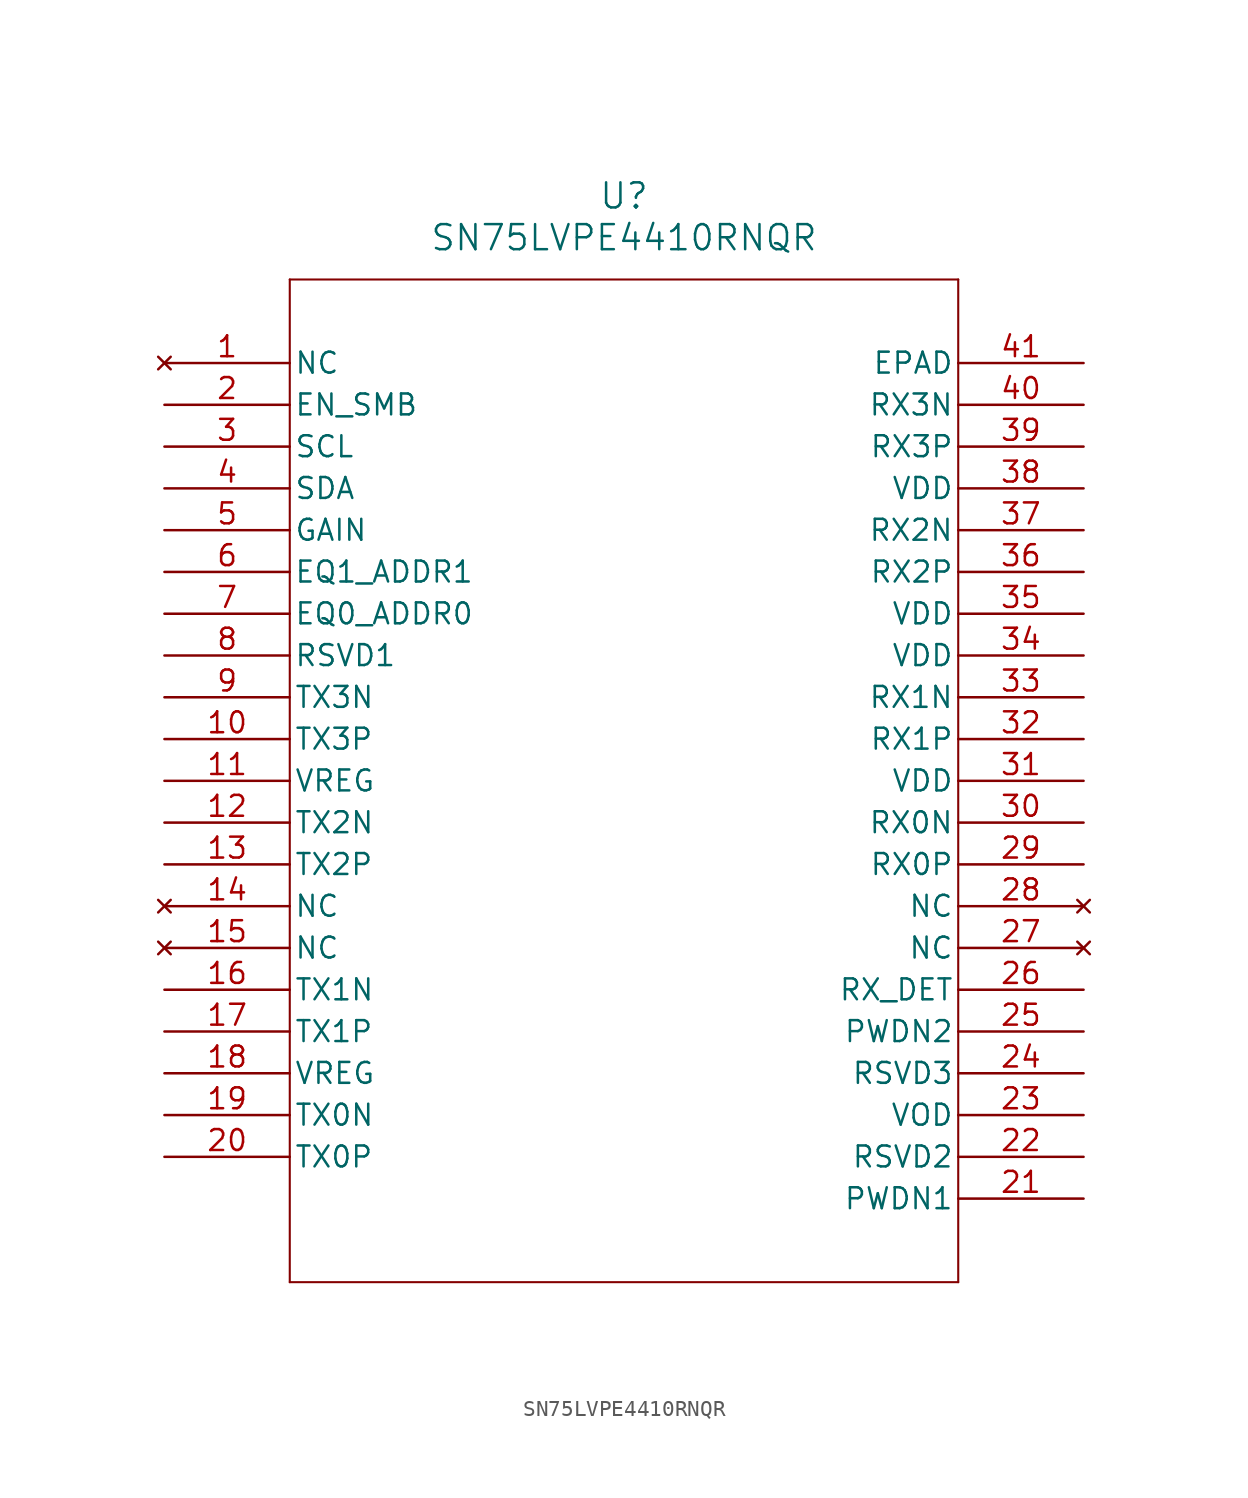
<source format=kicad_sym>
(kicad_symbol_lib
  (version 20211014)
  (generator kicad_symbol_editor)
  (symbol "SN75LVPE4410RNQR"
    (pin_names
      (offset 0.254))
    (property "Reference" "U"
      (at 27.94 10.16 0)
      (effects (font (size 1.524 1.524))))
    (property "Value" "SN75LVPE4410RNQR"
      (at 27.94 7.62 0)
      (effects (font (size 1.524 1.524))))
    (symbol "SN75LVPE4410RNQR_0_1"
      (polyline (pts (xy 7.62 5.08) (xy 7.62 -55.88)) (stroke (width 0.127) (type default) (color 0 0 0 0)) (fill (type none)))
      (polyline (pts (xy 7.62 -55.88) (xy 48.26 -55.88)) (stroke (width 0.127) (type default) (color 0 0 0 0)) (fill (type none)))
      (polyline (pts (xy 48.26 -55.88) (xy 48.26 5.08)) (stroke (width 0.127) (type default) (color 0 0 0 0)) (fill (type none)))
      (polyline (pts (xy 48.26 5.08) (xy 7.62 5.08)) (stroke (width 0.127) (type default) (color 0 0 0 0)) (fill (type none)))
      (pin no_connect line (at 0 0 0) (length 7.62) (name "NC" (effects (font (size 1.27 1.27)))) (number "1" (effects (font (size 1.27 1.27)))))
      (pin input line (at 0 -2.54 0) (length 7.62) (name "EN_SMB" (effects (font (size 1.27 1.27)))) (number "2" (effects (font (size 1.27 1.27)))))
      (pin bidirectional line (at 0 -5.08 0) (length 7.62) (name "SCL" (effects (font (size 1.27 1.27)))) (number "3" (effects (font (size 1.27 1.27)))))
      (pin bidirectional line (at 0 -7.62 0) (length 7.62) (name "SDA" (effects (font (size 1.27 1.27)))) (number "4" (effects (font (size 1.27 1.27)))))
      (pin input line (at 0 -10.16 0) (length 7.62) (name "GAIN" (effects (font (size 1.27 1.27)))) (number "5" (effects (font (size 1.27 1.27)))))
      (pin input line (at 0 -12.7 0) (length 7.62) (name "EQ1_ADDR1" (effects (font (size 1.27 1.27)))) (number "6" (effects (font (size 1.27 1.27)))))
      (pin input line (at 0 -15.24 0) (length 7.62) (name "EQ0_ADDR0" (effects (font (size 1.27 1.27)))) (number "7" (effects (font (size 1.27 1.27)))))
      (pin unspecified line (at 0 -17.78 0) (length 7.62) (name "RSVD1" (effects (font (size 1.27 1.27)))) (number "8" (effects (font (size 1.27 1.27)))))
      (pin output line (at 0 -20.32 0) (length 7.62) (name "TX3N" (effects (font (size 1.27 1.27)))) (number "9" (effects (font (size 1.27 1.27)))))
      (pin output line (at 0 -22.86 0) (length 7.62) (name "TX3P" (effects (font (size 1.27 1.27)))) (number "10" (effects (font (size 1.27 1.27)))))
      (pin unspecified line (at 0 -25.4 0) (length 7.62) (name "VREG" (effects (font (size 1.27 1.27)))) (number "11" (effects (font (size 1.27 1.27)))))
      (pin output line (at 0 -27.94 0) (length 7.62) (name "TX2N" (effects (font (size 1.27 1.27)))) (number "12" (effects (font (size 1.27 1.27)))))
      (pin output line (at 0 -30.48 0) (length 7.62) (name "TX2P" (effects (font (size 1.27 1.27)))) (number "13" (effects (font (size 1.27 1.27)))))
      (pin no_connect line (at 0 -33.02 0) (length 7.62) (name "NC" (effects (font (size 1.27 1.27)))) (number "14" (effects (font (size 1.27 1.27)))))
      (pin no_connect line (at 0 -35.56 0) (length 7.62) (name "NC" (effects (font (size 1.27 1.27)))) (number "15" (effects (font (size 1.27 1.27)))))
      (pin output line (at 0 -38.1 0) (length 7.62) (name "TX1N" (effects (font (size 1.27 1.27)))) (number "16" (effects (font (size 1.27 1.27)))))
      (pin output line (at 0 -40.64 0) (length 7.62) (name "TX1P" (effects (font (size 1.27 1.27)))) (number "17" (effects (font (size 1.27 1.27)))))
      (pin unspecified line (at 0 -43.18 0) (length 7.62) (name "VREG" (effects (font (size 1.27 1.27)))) (number "18" (effects (font (size 1.27 1.27)))))
      (pin output line (at 0 -45.72 0) (length 7.62) (name "TX0N" (effects (font (size 1.27 1.27)))) (number "19" (effects (font (size 1.27 1.27)))))
      (pin output line (at 0 -48.26 0) (length 7.62) (name "TX0P" (effects (font (size 1.27 1.27)))) (number "20" (effects (font (size 1.27 1.27)))))
      (pin input line (at 55.88 -50.8 180) (length 7.62) (name "PWDN1" (effects (font (size 1.27 1.27)))) (number "21" (effects (font (size 1.27 1.27)))))
      (pin unspecified line (at 55.88 -48.26 180) (length 7.62) (name "RSVD2" (effects (font (size 1.27 1.27)))) (number "22" (effects (font (size 1.27 1.27)))))
      (pin input line (at 55.88 -45.72 180) (length 7.62) (name "VOD" (effects (font (size 1.27 1.27)))) (number "23" (effects (font (size 1.27 1.27)))))
      (pin unspecified line (at 55.88 -43.18 180) (length 7.62) (name "RSVD3" (effects (font (size 1.27 1.27)))) (number "24" (effects (font (size 1.27 1.27)))))
      (pin input line (at 55.88 -40.64 180) (length 7.62) (name "PWDN2" (effects (font (size 1.27 1.27)))) (number "25" (effects (font (size 1.27 1.27)))))
      (pin input line (at 55.88 -38.1 180) (length 7.62) (name "RX_DET" (effects (font (size 1.27 1.27)))) (number "26" (effects (font (size 1.27 1.27)))))
      (pin no_connect line (at 55.88 -35.56 180) (length 7.62) (name "NC" (effects (font (size 1.27 1.27)))) (number "27" (effects (font (size 1.27 1.27)))))
      (pin no_connect line (at 55.88 -33.02 180) (length 7.62) (name "NC" (effects (font (size 1.27 1.27)))) (number "28" (effects (font (size 1.27 1.27)))))
      (pin input line (at 55.88 -30.48 180) (length 7.62) (name "RX0P" (effects (font (size 1.27 1.27)))) (number "29" (effects (font (size 1.27 1.27)))))
      (pin input line (at 55.88 -27.94 180) (length 7.62) (name "RX0N" (effects (font (size 1.27 1.27)))) (number "30" (effects (font (size 1.27 1.27)))))
      (pin power_in line (at 55.88 -25.4 180) (length 7.62) (name "VDD" (effects (font (size 1.27 1.27)))) (number "31" (effects (font (size 1.27 1.27)))))
      (pin input line (at 55.88 -22.86 180) (length 7.62) (name "RX1P" (effects (font (size 1.27 1.27)))) (number "32" (effects (font (size 1.27 1.27)))))
      (pin input line (at 55.88 -20.32 180) (length 7.62) (name "RX1N" (effects (font (size 1.27 1.27)))) (number "33" (effects (font (size 1.27 1.27)))))
      (pin power_in line (at 55.88 -17.78 180) (length 7.62) (name "VDD" (effects (font (size 1.27 1.27)))) (number "34" (effects (font (size 1.27 1.27)))))
      (pin power_in line (at 55.88 -15.24 180) (length 7.62) (name "VDD" (effects (font (size 1.27 1.27)))) (number "35" (effects (font (size 1.27 1.27)))))
      (pin input line (at 55.88 -12.7 180) (length 7.62) (name "RX2P" (effects (font (size 1.27 1.27)))) (number "36" (effects (font (size 1.27 1.27)))))
      (pin input line (at 55.88 -10.16 180) (length 7.62) (name "RX2N" (effects (font (size 1.27 1.27)))) (number "37" (effects (font (size 1.27 1.27)))))
      (pin power_in line (at 55.88 -7.62 180) (length 7.62) (name "VDD" (effects (font (size 1.27 1.27)))) (number "38" (effects (font (size 1.27 1.27)))))
      (pin input line (at 55.88 -5.08 180) (length 7.62) (name "RX3P" (effects (font (size 1.27 1.27)))) (number "39" (effects (font (size 1.27 1.27)))))
      (pin input line (at 55.88 -2.54 180) (length 7.62) (name "RX3N" (effects (font (size 1.27 1.27)))) (number "40" (effects (font (size 1.27 1.27)))))
      (pin power_out line (at 55.88 0 180) (length 7.62) (name "EPAD" (effects (font (size 1.27 1.27)))) (number "41" (effects (font (size 1.27 1.27))))))))
</source>
